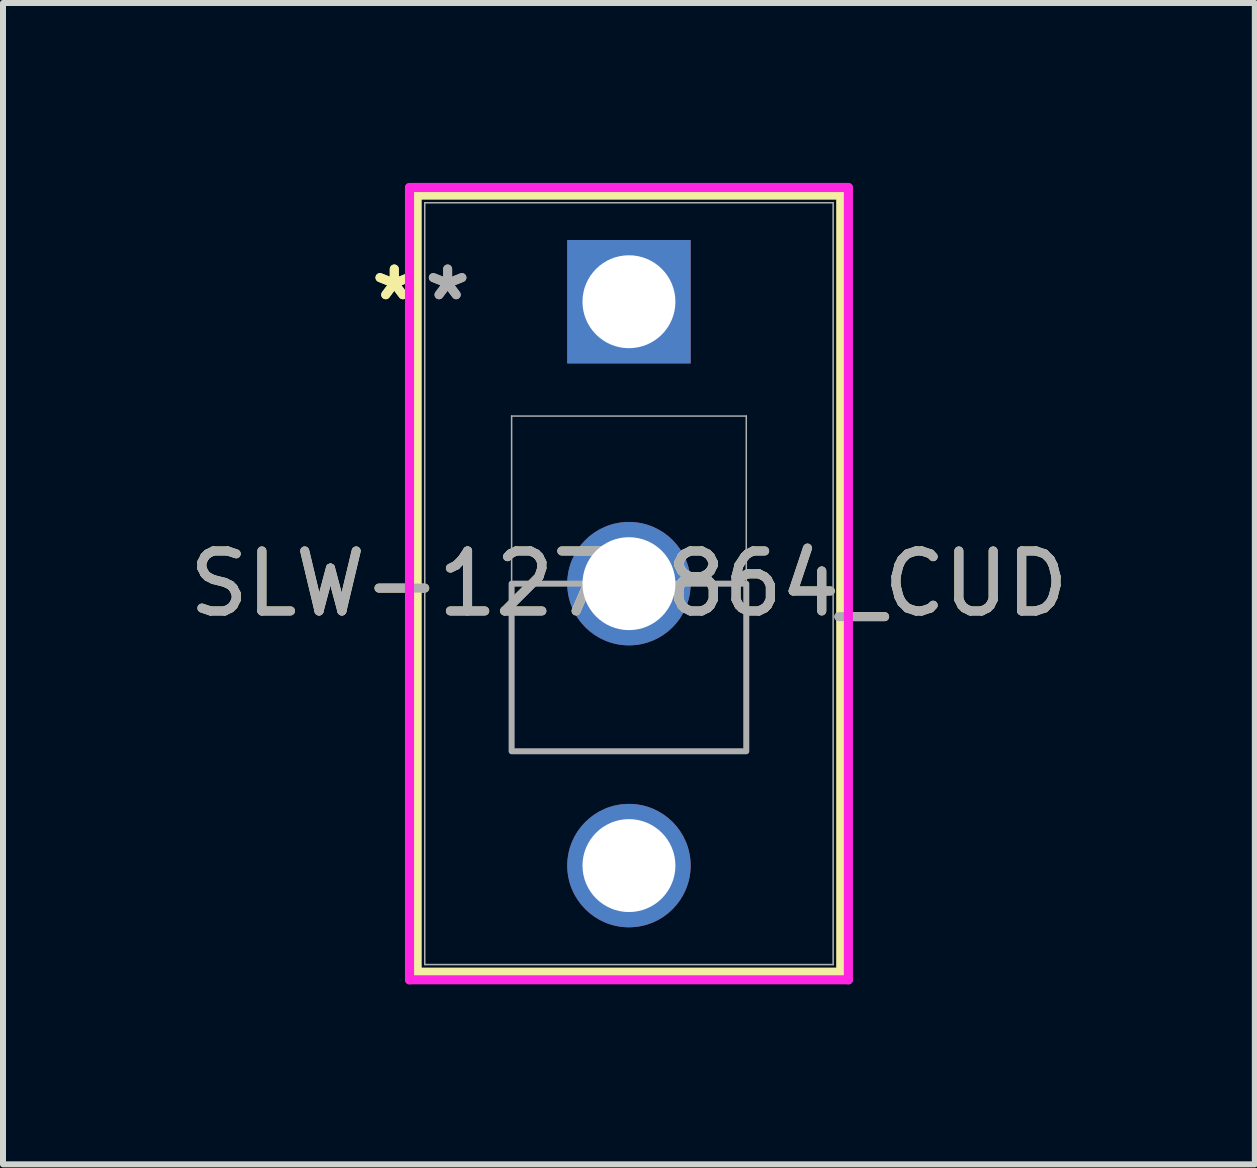
<source format=kicad_pcb>
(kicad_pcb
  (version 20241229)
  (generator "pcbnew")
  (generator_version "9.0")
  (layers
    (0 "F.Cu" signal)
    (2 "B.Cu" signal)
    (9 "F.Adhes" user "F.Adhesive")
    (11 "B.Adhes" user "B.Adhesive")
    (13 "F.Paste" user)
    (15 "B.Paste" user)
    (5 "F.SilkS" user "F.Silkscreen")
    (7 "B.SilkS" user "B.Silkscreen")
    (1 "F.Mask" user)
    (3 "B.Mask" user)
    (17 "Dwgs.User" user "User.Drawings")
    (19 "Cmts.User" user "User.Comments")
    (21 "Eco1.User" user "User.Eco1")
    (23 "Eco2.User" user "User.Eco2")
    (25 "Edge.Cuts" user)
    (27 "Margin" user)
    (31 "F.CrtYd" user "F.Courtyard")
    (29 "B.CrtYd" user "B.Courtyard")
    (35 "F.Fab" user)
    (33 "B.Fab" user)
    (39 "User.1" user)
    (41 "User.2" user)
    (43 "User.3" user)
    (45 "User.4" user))
  (footprint "SLW-1276864_CUD"
    (layer "F.Cu")
    (at 7.435 1.98)
    (property "Reference" "SLW-1276864_CUD" (at 0 4.7 0) (unlocked yes) (layer "F.SilkS") (effects (font (size 1 1) (thickness 0.15))))
    (attr through_hole)
    (fp_line (start -3.531 -1.777) (end -3.531 11.177) (stroke (width 0.152) (type solid)) (layer "F.SilkS"))
    (fp_line (start -3.531 11.177) (end 3.531 11.177) (stroke (width 0.152) (type solid)) (layer "F.SilkS"))
    (fp_line (start 3.531 -1.777) (end -3.531 -1.777) (stroke (width 0.152) (type solid)) (layer "F.SilkS"))
    (fp_line (start 3.531 11.177) (end 3.531 -1.777) (stroke (width 0.152) (type solid)) (layer "F.SilkS"))
    (fp_line (start -3.658 -1.904) (end -3.658 11.304) (stroke (width 0.152) (type solid)) (layer "F.CrtYd"))
    (fp_line (start -3.658 11.304) (end 3.658 11.304) (stroke (width 0.152) (type solid)) (layer "F.CrtYd"))
    (fp_line (start 3.658 -1.904) (end -3.658 -1.904) (stroke (width 0.152) (type solid)) (layer "F.CrtYd"))
    (fp_line (start 3.658 11.304) (end 3.658 -1.904) (stroke (width 0.152) (type solid)) (layer "F.CrtYd"))
    (fp_line (start -3.404 -1.65) (end -3.404 11.05) (stroke (width 0.025) (type solid)) (layer "F.Fab"))
    (fp_line (start -3.404 11.05) (end 3.404 11.05) (stroke (width 0.025) (type solid)) (layer "F.Fab"))
    (fp_line (start -1.956 1.906) (end 1.956 1.906) (stroke (width 0.025) (type solid)) (layer "F.Fab"))
    (fp_line (start -1.956 7.494) (end -1.956 1.906) (stroke (width 0.025) (type solid)) (layer "F.Fab"))
    (fp_line (start 1.956 1.906) (end 1.956 7.494) (stroke (width 0.025) (type solid)) (layer "F.Fab"))
    (fp_line (start 1.956 7.494) (end -1.956 7.494) (stroke (width 0.025) (type solid)) (layer "F.Fab"))
    (fp_line (start 3.404 -1.65) (end -3.404 -1.65) (stroke (width 0.025) (type solid)) (layer "F.Fab"))
    (fp_line (start 3.404 11.05) (end 3.404 -1.65) (stroke (width 0.025) (type solid)) (layer "F.Fab"))
    (fp_poly (pts (xy -1.956 7.494) (xy -1.956 4.7) (xy 1.956 4.7) (xy 1.956 7.494)) (stroke (width 0.1) (type solid)) (fill no) (layer "F.Fab"))
    (fp_text user "*" (at -3.912 0 0) (layer "F.SilkS") (effects (font (size 1 1) (thickness 0.15))))
    (fp_text user "*" (at -3.912 0 0) (unlocked yes) (layer "F.SilkS") (effects (font (size 1 1) (thickness 0.15))))
    (fp_text user "${REFERENCE}" (at 0 4.7 0) (unlocked yes) (layer "F.Fab") (effects (font (size 1 1) (thickness 0.15))))
    (fp_text user "*" (at -3.023 0 0) (layer "F.Fab") (effects (font (size 1 1) (thickness 0.15))))
    (fp_text user "*" (at -3.023 0 0) (unlocked yes) (layer "F.Fab") (effects (font (size 1 1) (thickness 0.15))))
    (pad "1" thru_hole rect (at 0 0) (size 2.057 2.057) (drill 1.549) (layers "*.Cu" "*.Mask"))
    (pad "2" thru_hole circle (at 0 4.7) (size 2.057 2.057) (drill 1.549) (layers "*.Cu" "*.Mask"))
    (pad "3" thru_hole circle (at 0 9.4) (size 2.057 2.057) (drill 1.549) (layers "*.Cu" "*.Mask")))
  (gr_rect
    (start -3 -3)
    (end 17.869 16.36)
    (stroke (width 0.1) (type default))
    (fill no)
    (layer "Edge.Cuts")))
</source>
